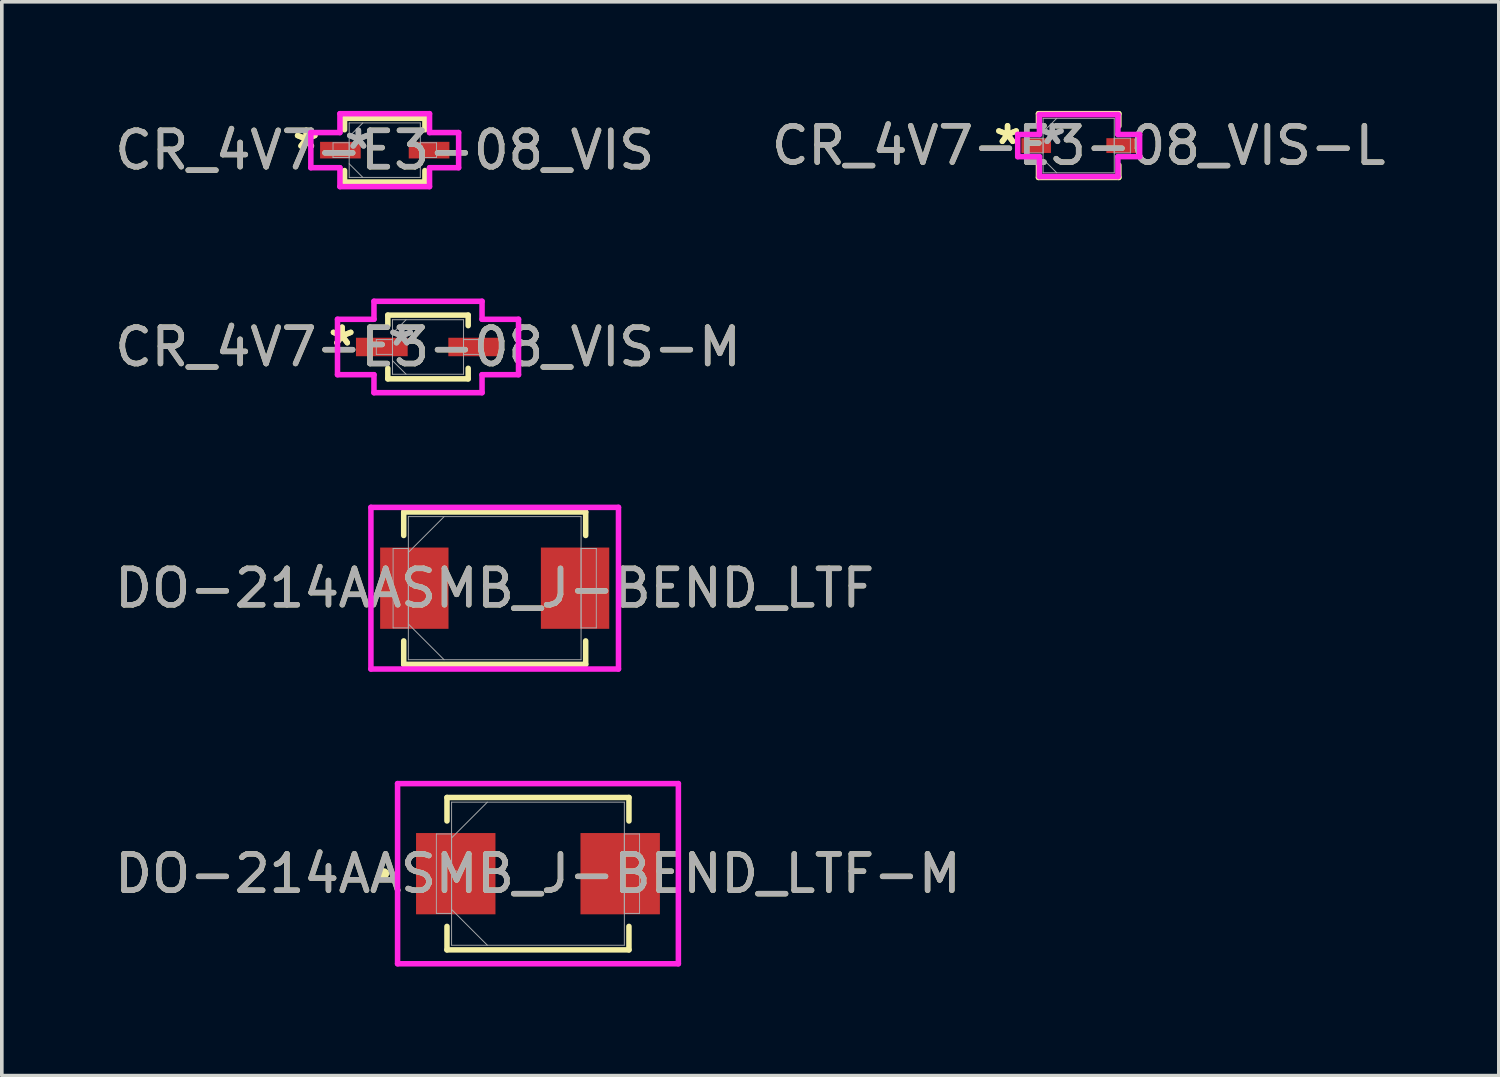
<source format=kicad_pcb>
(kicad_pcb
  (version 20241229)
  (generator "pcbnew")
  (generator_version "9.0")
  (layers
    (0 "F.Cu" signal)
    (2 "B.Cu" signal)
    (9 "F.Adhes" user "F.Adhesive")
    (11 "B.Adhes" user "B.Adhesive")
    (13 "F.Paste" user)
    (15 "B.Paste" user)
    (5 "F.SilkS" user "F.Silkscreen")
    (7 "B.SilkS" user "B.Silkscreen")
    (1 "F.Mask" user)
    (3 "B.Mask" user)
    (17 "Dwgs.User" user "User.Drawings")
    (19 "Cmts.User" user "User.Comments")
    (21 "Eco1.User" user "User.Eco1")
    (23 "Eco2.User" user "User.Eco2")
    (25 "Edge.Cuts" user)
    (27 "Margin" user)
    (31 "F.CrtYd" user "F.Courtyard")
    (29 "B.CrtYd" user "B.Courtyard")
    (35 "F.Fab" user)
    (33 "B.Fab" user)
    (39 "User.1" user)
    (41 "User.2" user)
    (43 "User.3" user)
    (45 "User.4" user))
  (footprint "CR_4V7-E3-08_VIS-M"
    (layer "F.Cu")
    (at 8.72 6.492)
    (property "Reference" "CR_4V7-E3-08_VIS-M" (at 0 0 0) (unlocked yes) (layer "F.SilkS") (effects (font (size 1 1) (thickness 0.15))))
    (attr smd)
    (fp_line (start -1.105 -0.876) (end -1.105 -0.587) (stroke (width 0.152) (type solid)) (layer "F.SilkS"))
    (fp_line (start -1.105 0.587) (end -1.105 0.876) (stroke (width 0.152) (type solid)) (layer "F.SilkS"))
    (fp_line (start -1.105 0.876) (end 1.105 0.876) (stroke (width 0.152) (type solid)) (layer "F.SilkS"))
    (fp_line (start 1.105 -0.876) (end -1.105 -0.876) (stroke (width 0.152) (type solid)) (layer "F.SilkS"))
    (fp_line (start 1.105 -0.587) (end 1.105 -0.876) (stroke (width 0.152) (type solid)) (layer "F.SilkS"))
    (fp_line (start 1.105 0.876) (end 1.105 0.587) (stroke (width 0.152) (type solid)) (layer "F.SilkS"))
    (fp_line (start -2.489 -0.762) (end -1.486 -0.762) (stroke (width 0.152) (type solid)) (layer "F.CrtYd"))
    (fp_line (start -2.489 0.762) (end -2.489 -0.762) (stroke (width 0.152) (type solid)) (layer "F.CrtYd"))
    (fp_line (start -1.486 -1.257) (end 1.486 -1.257) (stroke (width 0.152) (type solid)) (layer "F.CrtYd"))
    (fp_line (start -1.486 -0.762) (end -1.486 -1.257) (stroke (width 0.152) (type solid)) (layer "F.CrtYd"))
    (fp_line (start -1.486 0.762) (end -2.489 0.762) (stroke (width 0.152) (type solid)) (layer "F.CrtYd"))
    (fp_line (start -1.486 1.257) (end -1.486 0.762) (stroke (width 0.152) (type solid)) (layer "F.CrtYd"))
    (fp_line (start 1.486 -1.257) (end 1.486 -0.762) (stroke (width 0.152) (type solid)) (layer "F.CrtYd"))
    (fp_line (start 1.486 -0.762) (end 2.489 -0.762) (stroke (width 0.152) (type solid)) (layer "F.CrtYd"))
    (fp_line (start 1.486 0.762) (end 1.486 1.257) (stroke (width 0.152) (type solid)) (layer "F.CrtYd"))
    (fp_line (start 1.486 1.257) (end -1.486 1.257) (stroke (width 0.152) (type solid)) (layer "F.CrtYd"))
    (fp_line (start 2.489 -0.762) (end 2.489 0.762) (stroke (width 0.152) (type solid)) (layer "F.CrtYd"))
    (fp_line (start 2.489 0.762) (end 1.486 0.762) (stroke (width 0.152) (type solid)) (layer "F.CrtYd"))
    (fp_line (start -1.422 -0.203) (end -1.422 0.203) (stroke (width 0.025) (type solid)) (layer "F.Fab"))
    (fp_line (start -1.422 0.203) (end -0.978 0.203) (stroke (width 0.025) (type solid)) (layer "F.Fab"))
    (fp_line (start -0.978 -0.749) (end -0.978 0.749) (stroke (width 0.025) (type solid)) (layer "F.Fab"))
    (fp_line (start -0.978 -0.375) (end -0.603 -0.749) (stroke (width 0.025) (type solid)) (layer "F.Fab"))
    (fp_line (start -0.978 -0.203) (end -1.422 -0.203) (stroke (width 0.025) (type solid)) (layer "F.Fab"))
    (fp_line (start -0.978 0.203) (end -0.978 -0.203) (stroke (width 0.025) (type solid)) (layer "F.Fab"))
    (fp_line (start -0.978 0.375) (end -0.603 0.749) (stroke (width 0.025) (type solid)) (layer "F.Fab"))
    (fp_line (start -0.978 0.749) (end 0.978 0.749) (stroke (width 0.025) (type solid)) (layer "F.Fab"))
    (fp_line (start 0.978 -0.749) (end -0.978 -0.749) (stroke (width 0.025) (type solid)) (layer "F.Fab"))
    (fp_line (start 0.978 -0.203) (end 0.978 0.203) (stroke (width 0.025) (type solid)) (layer "F.Fab"))
    (fp_line (start 0.978 0.203) (end 1.422 0.203) (stroke (width 0.025) (type solid)) (layer "F.Fab"))
    (fp_line (start 0.978 0.749) (end 0.978 -0.749) (stroke (width 0.025) (type solid)) (layer "F.Fab"))
    (fp_line (start 1.422 -0.203) (end 0.978 -0.203) (stroke (width 0.025) (type solid)) (layer "F.Fab"))
    (fp_line (start 1.422 0.203) (end 1.422 -0.203) (stroke (width 0.025) (type solid)) (layer "F.Fab"))
    (fp_text user "*" (at -2.362 0 0) (layer "F.SilkS") (effects (font (size 1 1) (thickness 0.15))))
    (fp_text user "*" (at -2.362 0 0) (unlocked yes) (layer "F.SilkS") (effects (font (size 1 1) (thickness 0.15))))
    (fp_text user "${REFERENCE}" (at 0 0 0) (unlocked yes) (layer "F.Fab") (effects (font (size 1 1) (thickness 0.15))))
    (fp_text user "*" (at -0.724 0 0) (layer "F.Fab") (effects (font (size 1 1) (thickness 0.15))))
    (fp_text user "*" (at -0.724 0 0) (unlocked yes) (layer "F.Fab") (effects (font (size 1 1) (thickness 0.15))))
    (pad "1" smd rect (at -1.27 0) (size 1.422 0.508) (layers "F.Cu" "F.Mask" "F.Paste"))
    (pad "2" smd rect (at 1.27 0) (size 1.422 0.508) (layers "F.Cu" "F.Mask" "F.Paste")))
  (footprint "DO-214AASMB_J-BEND_LTF"
    (layer "F.Cu")
    (at 10.554 13.125)
    (property "Reference" "DO-214AASMB_J-BEND_LTF" (at 0 0 0) (unlocked yes) (layer "F.SilkS") (effects (font (size 1 1) (thickness 0.15))))
    (attr smd)
    (fp_line (start -2.502 -2.095) (end -2.502 -1.45) (stroke (width 0.152) (type solid)) (layer "F.SilkS"))
    (fp_line (start -2.502 1.45) (end -2.502 2.095) (stroke (width 0.152) (type solid)) (layer "F.SilkS"))
    (fp_line (start -2.502 2.095) (end 2.502 2.095) (stroke (width 0.152) (type solid)) (layer "F.SilkS"))
    (fp_line (start 2.502 -2.095) (end -2.502 -2.095) (stroke (width 0.152) (type solid)) (layer "F.SilkS"))
    (fp_line (start 2.502 -1.45) (end 2.502 -2.095) (stroke (width 0.152) (type solid)) (layer "F.SilkS"))
    (fp_line (start 2.502 2.095) (end 2.502 1.45) (stroke (width 0.152) (type solid)) (layer "F.SilkS"))
    (fp_line (start -3.404 -2.223) (end 3.404 -2.223) (stroke (width 0.152) (type solid)) (layer "F.CrtYd"))
    (fp_line (start -3.404 2.223) (end -3.404 -2.223) (stroke (width 0.152) (type solid)) (layer "F.CrtYd"))
    (fp_line (start 3.404 -2.223) (end 3.404 2.223) (stroke (width 0.152) (type solid)) (layer "F.CrtYd"))
    (fp_line (start 3.404 2.223) (end -3.404 2.223) (stroke (width 0.152) (type solid)) (layer "F.CrtYd"))
    (fp_line (start -2.794 -1.092) (end -2.794 1.092) (stroke (width 0.025) (type solid)) (layer "F.Fab"))
    (fp_line (start -2.794 1.092) (end -2.375 1.092) (stroke (width 0.025) (type solid)) (layer "F.Fab"))
    (fp_line (start -2.375 -1.968) (end -2.375 1.968) (stroke (width 0.025) (type solid)) (layer "F.Fab"))
    (fp_line (start -2.375 -1.092) (end -2.794 -1.092) (stroke (width 0.025) (type solid)) (layer "F.Fab"))
    (fp_line (start -2.375 -0.984) (end -1.391 -1.968) (stroke (width 0.025) (type solid)) (layer "F.Fab"))
    (fp_line (start -2.375 0.984) (end -1.391 1.968) (stroke (width 0.025) (type solid)) (layer "F.Fab"))
    (fp_line (start -2.375 1.092) (end -2.375 -1.092) (stroke (width 0.025) (type solid)) (layer "F.Fab"))
    (fp_line (start -2.375 1.968) (end 2.375 1.968) (stroke (width 0.025) (type solid)) (layer "F.Fab"))
    (fp_line (start 2.375 -1.968) (end -2.375 -1.968) (stroke (width 0.025) (type solid)) (layer "F.Fab"))
    (fp_line (start 2.375 -1.092) (end 2.375 1.092) (stroke (width 0.025) (type solid)) (layer "F.Fab"))
    (fp_line (start 2.375 1.092) (end 2.794 1.092) (stroke (width 0.025) (type solid)) (layer "F.Fab"))
    (fp_line (start 2.375 1.968) (end 2.375 -1.968) (stroke (width 0.025) (type solid)) (layer "F.Fab"))
    (fp_line (start 2.794 -1.092) (end 2.375 -1.092) (stroke (width 0.025) (type solid)) (layer "F.Fab"))
    (fp_line (start 2.794 1.092) (end 2.794 -1.092) (stroke (width 0.025) (type solid)) (layer "F.Fab"))
    (fp_circle (center -2.21 0) (end -2.21 0) (stroke (width 0.025) (type solid)) (fill no) (layer "F.Fab"))
    (fp_text user "${REFERENCE}" (at 0 0 0) (unlocked yes) (layer "F.Fab") (effects (font (size 1 1) (thickness 0.15))))
    (pad "1" smd rect (at -2.21 0) (size 1.88 2.235) (layers "F.Cu" "F.Mask" "F.Paste"))
    (pad "2" smd rect (at 2.21 0) (size 1.88 2.235) (layers "F.Cu" "F.Mask" "F.Paste"))
    (zone (net_name "") (layer "F.Cu") (hatch full 0.508) (connect_pads) (min_thickness 0.254) (filled_areas_thickness no) (keepout (tracks not_allowed) (vias not_allowed) (pads allowed) (copperpour not_allowed) (footprints allowed)) (placement (enabled no)) (fill) (polygon (pts (xy 9.334 11.207) (xy 11.773 11.207) (xy 11.773 15.042) (xy 9.334 15.042)))))
  (footprint "CR_4V7-E3-08_VIS-L"
    (layer "F.Cu")
    (at 26.613 0.953)
    (property "Reference" "CR_4V7-E3-08_VIS-L" (at 0 0 0) (unlocked yes) (layer "F.SilkS") (effects (font (size 1 1) (thickness 0.15))))
    (attr smd)
    (fp_line (start -1.105 -0.876) (end -1.105 -0.536) (stroke (width 0.152) (type solid)) (layer "F.SilkS"))
    (fp_line (start -1.105 0.536) (end -1.105 0.876) (stroke (width 0.152) (type solid)) (layer "F.SilkS"))
    (fp_line (start -1.105 0.876) (end 1.105 0.876) (stroke (width 0.152) (type solid)) (layer "F.SilkS"))
    (fp_line (start 1.105 -0.876) (end -1.105 -0.876) (stroke (width 0.152) (type solid)) (layer "F.SilkS"))
    (fp_line (start 1.105 -0.536) (end 1.105 -0.876) (stroke (width 0.152) (type solid)) (layer "F.SilkS"))
    (fp_line (start 1.105 0.876) (end 1.105 0.536) (stroke (width 0.152) (type solid)) (layer "F.SilkS"))
    (fp_line (start -1.676 -0.305) (end -1.079 -0.305) (stroke (width 0.152) (type solid)) (layer "F.CrtYd"))
    (fp_line (start -1.676 0.305) (end -1.676 -0.305) (stroke (width 0.152) (type solid)) (layer "F.CrtYd"))
    (fp_line (start -1.079 -0.851) (end 1.079 -0.851) (stroke (width 0.152) (type solid)) (layer "F.CrtYd"))
    (fp_line (start -1.079 -0.305) (end -1.079 -0.851) (stroke (width 0.152) (type solid)) (layer "F.CrtYd"))
    (fp_line (start -1.079 0.305) (end -1.676 0.305) (stroke (width 0.152) (type solid)) (layer "F.CrtYd"))
    (fp_line (start -1.079 0.851) (end -1.079 0.305) (stroke (width 0.152) (type solid)) (layer "F.CrtYd"))
    (fp_line (start 1.079 -0.851) (end 1.079 -0.305) (stroke (width 0.152) (type solid)) (layer "F.CrtYd"))
    (fp_line (start 1.079 -0.305) (end 1.676 -0.305) (stroke (width 0.152) (type solid)) (layer "F.CrtYd"))
    (fp_line (start 1.079 0.305) (end 1.079 0.851) (stroke (width 0.152) (type solid)) (layer "F.CrtYd"))
    (fp_line (start 1.079 0.851) (end -1.079 0.851) (stroke (width 0.152) (type solid)) (layer "F.CrtYd"))
    (fp_line (start 1.676 -0.305) (end 1.676 0.305) (stroke (width 0.152) (type solid)) (layer "F.CrtYd"))
    (fp_line (start 1.676 0.305) (end 1.079 0.305) (stroke (width 0.152) (type solid)) (layer "F.CrtYd"))
    (fp_line (start -1.422 -0.203) (end -1.422 0.203) (stroke (width 0.025) (type solid)) (layer "F.Fab"))
    (fp_line (start -1.422 0.203) (end -0.978 0.203) (stroke (width 0.025) (type solid)) (layer "F.Fab"))
    (fp_line (start -0.978 -0.749) (end -0.978 0.749) (stroke (width 0.025) (type solid)) (layer "F.Fab"))
    (fp_line (start -0.978 -0.375) (end -0.603 -0.749) (stroke (width 0.025) (type solid)) (layer "F.Fab"))
    (fp_line (start -0.978 -0.203) (end -1.422 -0.203) (stroke (width 0.025) (type solid)) (layer "F.Fab"))
    (fp_line (start -0.978 0.203) (end -0.978 -0.203) (stroke (width 0.025) (type solid)) (layer "F.Fab"))
    (fp_line (start -0.978 0.375) (end -0.603 0.749) (stroke (width 0.025) (type solid)) (layer "F.Fab"))
    (fp_line (start -0.978 0.749) (end 0.978 0.749) (stroke (width 0.025) (type solid)) (layer "F.Fab"))
    (fp_line (start 0.978 -0.749) (end -0.978 -0.749) (stroke (width 0.025) (type solid)) (layer "F.Fab"))
    (fp_line (start 0.978 -0.203) (end 0.978 0.203) (stroke (width 0.025) (type solid)) (layer "F.Fab"))
    (fp_line (start 0.978 0.203) (end 1.422 0.203) (stroke (width 0.025) (type solid)) (layer "F.Fab"))
    (fp_line (start 0.978 0.749) (end 0.978 -0.749) (stroke (width 0.025) (type solid)) (layer "F.Fab"))
    (fp_line (start 1.422 -0.203) (end 0.978 -0.203) (stroke (width 0.025) (type solid)) (layer "F.Fab"))
    (fp_line (start 1.422 0.203) (end 1.422 -0.203) (stroke (width 0.025) (type solid)) (layer "F.Fab"))
    (fp_text user "*" (at -1.956 0 0) (unlocked yes) (layer "F.SilkS") (effects (font (size 1 1) (thickness 0.15))))
    (fp_text user "*" (at -1.956 0 0) (layer "F.SilkS") (effects (font (size 1 1) (thickness 0.15))))
    (fp_text user "${REFERENCE}" (at 0 0 0) (unlocked yes) (layer "F.Fab") (effects (font (size 1 1) (thickness 0.15))))
    (fp_text user "*" (at -0.724 0 0) (unlocked yes) (layer "F.Fab") (effects (font (size 1 1) (thickness 0.15))))
    (fp_text user "*" (at -0.724 0 0) (layer "F.Fab") (effects (font (size 1 1) (thickness 0.15))))
    (pad "1" smd rect (at -1.168 0) (size 0.813 0.406) (layers "F.Cu" "F.Mask" "F.Paste"))
    (pad "2" smd rect (at 1.168 0) (size 0.813 0.406) (layers "F.Cu" "F.Mask" "F.Paste")))
  (footprint "CR_4V7-E3-08_VIS"
    (layer "F.Cu")
    (at 7.53 1.079)
    (property "Reference" "CR_4V7-E3-08_VIS" (at 0 0 0) (unlocked yes) (layer "F.SilkS") (effects (font (size 1 1) (thickness 0.15))))
    (attr smd)
    (fp_line (start -1.105 -0.876) (end -1.105 -0.561) (stroke (width 0.152) (type solid)) (layer "F.SilkS"))
    (fp_line (start -1.105 0.561) (end -1.105 0.876) (stroke (width 0.152) (type solid)) (layer "F.SilkS"))
    (fp_line (start -1.105 0.876) (end 1.105 0.876) (stroke (width 0.152) (type solid)) (layer "F.SilkS"))
    (fp_line (start 1.105 -0.876) (end -1.105 -0.876) (stroke (width 0.152) (type solid)) (layer "F.SilkS"))
    (fp_line (start 1.105 -0.561) (end 1.105 -0.876) (stroke (width 0.152) (type solid)) (layer "F.SilkS"))
    (fp_line (start 1.105 0.876) (end 1.105 0.561) (stroke (width 0.152) (type solid)) (layer "F.SilkS"))
    (fp_line (start -2.032 -0.483) (end -1.232 -0.483) (stroke (width 0.152) (type solid)) (layer "F.CrtYd"))
    (fp_line (start -2.032 0.483) (end -2.032 -0.483) (stroke (width 0.152) (type solid)) (layer "F.CrtYd"))
    (fp_line (start -1.232 -1.003) (end 1.232 -1.003) (stroke (width 0.152) (type solid)) (layer "F.CrtYd"))
    (fp_line (start -1.232 -0.483) (end -1.232 -1.003) (stroke (width 0.152) (type solid)) (layer "F.CrtYd"))
    (fp_line (start -1.232 0.483) (end -2.032 0.483) (stroke (width 0.152) (type solid)) (layer "F.CrtYd"))
    (fp_line (start -1.232 1.003) (end -1.232 0.483) (stroke (width 0.152) (type solid)) (layer "F.CrtYd"))
    (fp_line (start 1.232 -1.003) (end 1.232 -0.483) (stroke (width 0.152) (type solid)) (layer "F.CrtYd"))
    (fp_line (start 1.232 -0.483) (end 2.032 -0.483) (stroke (width 0.152) (type solid)) (layer "F.CrtYd"))
    (fp_line (start 1.232 0.483) (end 1.232 1.003) (stroke (width 0.152) (type solid)) (layer "F.CrtYd"))
    (fp_line (start 1.232 1.003) (end -1.232 1.003) (stroke (width 0.152) (type solid)) (layer "F.CrtYd"))
    (fp_line (start 2.032 -0.483) (end 2.032 0.483) (stroke (width 0.152) (type solid)) (layer "F.CrtYd"))
    (fp_line (start 2.032 0.483) (end 1.232 0.483) (stroke (width 0.152) (type solid)) (layer "F.CrtYd"))
    (fp_line (start -1.422 -0.203) (end -1.422 0.203) (stroke (width 0.025) (type solid)) (layer "F.Fab"))
    (fp_line (start -1.422 0.203) (end -0.978 0.203) (stroke (width 0.025) (type solid)) (layer "F.Fab"))
    (fp_line (start -0.978 -0.749) (end -0.978 0.749) (stroke (width 0.025) (type solid)) (layer "F.Fab"))
    (fp_line (start -0.978 -0.375) (end -0.603 -0.749) (stroke (width 0.025) (type solid)) (layer "F.Fab"))
    (fp_line (start -0.978 -0.203) (end -1.422 -0.203) (stroke (width 0.025) (type solid)) (layer "F.Fab"))
    (fp_line (start -0.978 0.203) (end -0.978 -0.203) (stroke (width 0.025) (type solid)) (layer "F.Fab"))
    (fp_line (start -0.978 0.375) (end -0.603 0.749) (stroke (width 0.025) (type solid)) (layer "F.Fab"))
    (fp_line (start -0.978 0.749) (end 0.978 0.749) (stroke (width 0.025) (type solid)) (layer "F.Fab"))
    (fp_line (start 0.978 -0.749) (end -0.978 -0.749) (stroke (width 0.025) (type solid)) (layer "F.Fab"))
    (fp_line (start 0.978 -0.203) (end 0.978 0.203) (stroke (width 0.025) (type solid)) (layer "F.Fab"))
    (fp_line (start 0.978 0.203) (end 1.422 0.203) (stroke (width 0.025) (type solid)) (layer "F.Fab"))
    (fp_line (start 0.978 0.749) (end 0.978 -0.749) (stroke (width 0.025) (type solid)) (layer "F.Fab"))
    (fp_line (start 1.422 -0.203) (end 0.978 -0.203) (stroke (width 0.025) (type solid)) (layer "F.Fab"))
    (fp_line (start 1.422 0.203) (end 1.422 -0.203) (stroke (width 0.025) (type solid)) (layer "F.Fab"))
    (fp_text user "*" (at -2.159 0 0) (layer "F.SilkS") (effects (font (size 1 1) (thickness 0.15))))
    (fp_text user "*" (at -2.159 0 0) (unlocked yes) (layer "F.SilkS") (effects (font (size 1 1) (thickness 0.15))))
    (fp_text user "*" (at -0.724 0 0) (layer "F.Fab") (effects (font (size 1 1) (thickness 0.15))))
    (fp_text user "*" (at -0.724 0 0) (unlocked yes) (layer "F.Fab") (effects (font (size 1 1) (thickness 0.15))))
    (fp_text user "${REFERENCE}" (at 0 0 0) (unlocked yes) (layer "F.Fab") (effects (font (size 1 1) (thickness 0.15))))
    (pad "1" smd rect (at -1.219 0) (size 1.118 0.457) (layers "F.Cu" "F.Mask" "F.Paste"))
    (pad "2" smd rect (at 1.219 0) (size 1.118 0.457) (layers "F.Cu" "F.Mask" "F.Paste")))
  (footprint "DO-214AASMB_J-BEND_LTF-M"
    (layer "F.Cu")
    (at 11.744 20.976)
    (property "Reference" "DO-214AASMB_J-BEND_LTF-M" (at 0 0 0) (unlocked yes) (layer "F.SilkS") (effects (font (size 1 1) (thickness 0.15))))
    (attr smd)
    (fp_line (start -2.502 -2.095) (end -2.502 -1.45) (stroke (width 0.152) (type solid)) (layer "F.SilkS"))
    (fp_line (start -2.502 1.45) (end -2.502 2.095) (stroke (width 0.152) (type solid)) (layer "F.SilkS"))
    (fp_line (start -2.502 2.095) (end 2.502 2.095) (stroke (width 0.152) (type solid)) (layer "F.SilkS"))
    (fp_line (start 2.502 -2.095) (end -2.502 -2.095) (stroke (width 0.152) (type solid)) (layer "F.SilkS"))
    (fp_line (start 2.502 -1.45) (end 2.502 -2.095) (stroke (width 0.152) (type solid)) (layer "F.SilkS"))
    (fp_line (start 2.502 2.095) (end 2.502 1.45) (stroke (width 0.152) (type solid)) (layer "F.SilkS"))
    (fp_circle (center -4.242 0) (end -4.166 0) (stroke (width 0.152) (type solid)) (fill no) (layer "F.SilkS"))
    (fp_line (start -3.861 -2.477) (end 3.861 -2.477) (stroke (width 0.152) (type solid)) (layer "F.CrtYd"))
    (fp_line (start -3.861 2.477) (end -3.861 -2.477) (stroke (width 0.152) (type solid)) (layer "F.CrtYd"))
    (fp_line (start 3.861 -2.477) (end 3.861 2.477) (stroke (width 0.152) (type solid)) (layer "F.CrtYd"))
    (fp_line (start 3.861 2.477) (end -3.861 2.477) (stroke (width 0.152) (type solid)) (layer "F.CrtYd"))
    (fp_line (start -2.794 -1.092) (end -2.794 1.092) (stroke (width 0.025) (type solid)) (layer "F.Fab"))
    (fp_line (start -2.794 1.092) (end -2.375 1.092) (stroke (width 0.025) (type solid)) (layer "F.Fab"))
    (fp_line (start -2.375 -1.968) (end -2.375 1.968) (stroke (width 0.025) (type solid)) (layer "F.Fab"))
    (fp_line (start -2.375 -1.092) (end -2.794 -1.092) (stroke (width 0.025) (type solid)) (layer "F.Fab"))
    (fp_line (start -2.375 -0.984) (end -1.391 -1.968) (stroke (width 0.025) (type solid)) (layer "F.Fab"))
    (fp_line (start -2.375 0.984) (end -1.391 1.968) (stroke (width 0.025) (type solid)) (layer "F.Fab"))
    (fp_line (start -2.375 1.092) (end -2.375 -1.092) (stroke (width 0.025) (type solid)) (layer "F.Fab"))
    (fp_line (start -2.375 1.968) (end 2.375 1.968) (stroke (width 0.025) (type solid)) (layer "F.Fab"))
    (fp_line (start 2.375 -1.968) (end -2.375 -1.968) (stroke (width 0.025) (type solid)) (layer "F.Fab"))
    (fp_line (start 2.375 -1.092) (end 2.375 1.092) (stroke (width 0.025) (type solid)) (layer "F.Fab"))
    (fp_line (start 2.375 1.092) (end 2.794 1.092) (stroke (width 0.025) (type solid)) (layer "F.Fab"))
    (fp_line (start 2.375 1.968) (end 2.375 -1.968) (stroke (width 0.025) (type solid)) (layer "F.Fab"))
    (fp_line (start 2.794 -1.092) (end 2.375 -1.092) (stroke (width 0.025) (type solid)) (layer "F.Fab"))
    (fp_line (start 2.794 1.092) (end 2.794 -1.092) (stroke (width 0.025) (type solid)) (layer "F.Fab"))
    (fp_circle (center -2.261 0) (end -2.184 0) (stroke (width 0.025) (type solid)) (fill no) (layer "F.Fab"))
    (fp_text user "${REFERENCE}" (at 0 0 0) (unlocked yes) (layer "F.Fab") (effects (font (size 1 1) (thickness 0.15))))
    (pad "1" smd rect (at -2.261 0) (size 2.184 2.235) (layers "F.Cu" "F.Mask" "F.Paste"))
    (pad "2" smd rect (at 2.261 0) (size 2.184 2.235) (layers "F.Cu" "F.Mask" "F.Paste"))
    (zone (net_name "") (layer "F.Cu") (hatch full 0.508) (connect_pads) (min_thickness 0.254) (filled_areas_thickness no) (keepout (tracks not_allowed) (vias not_allowed) (pads allowed) (copperpour not_allowed) (footprints allowed)) (placement (enabled no)) (fill) (polygon (pts (xy 10.626 19.058) (xy 12.862 19.058) (xy 12.862 22.894) (xy 10.626 22.894)))))
  (gr_rect
    (start -3 -3)
    (end 38.167 26.529)
    (stroke (width 0.1) (type default))
    (fill no)
    (layer "Edge.Cuts")))
</source>
